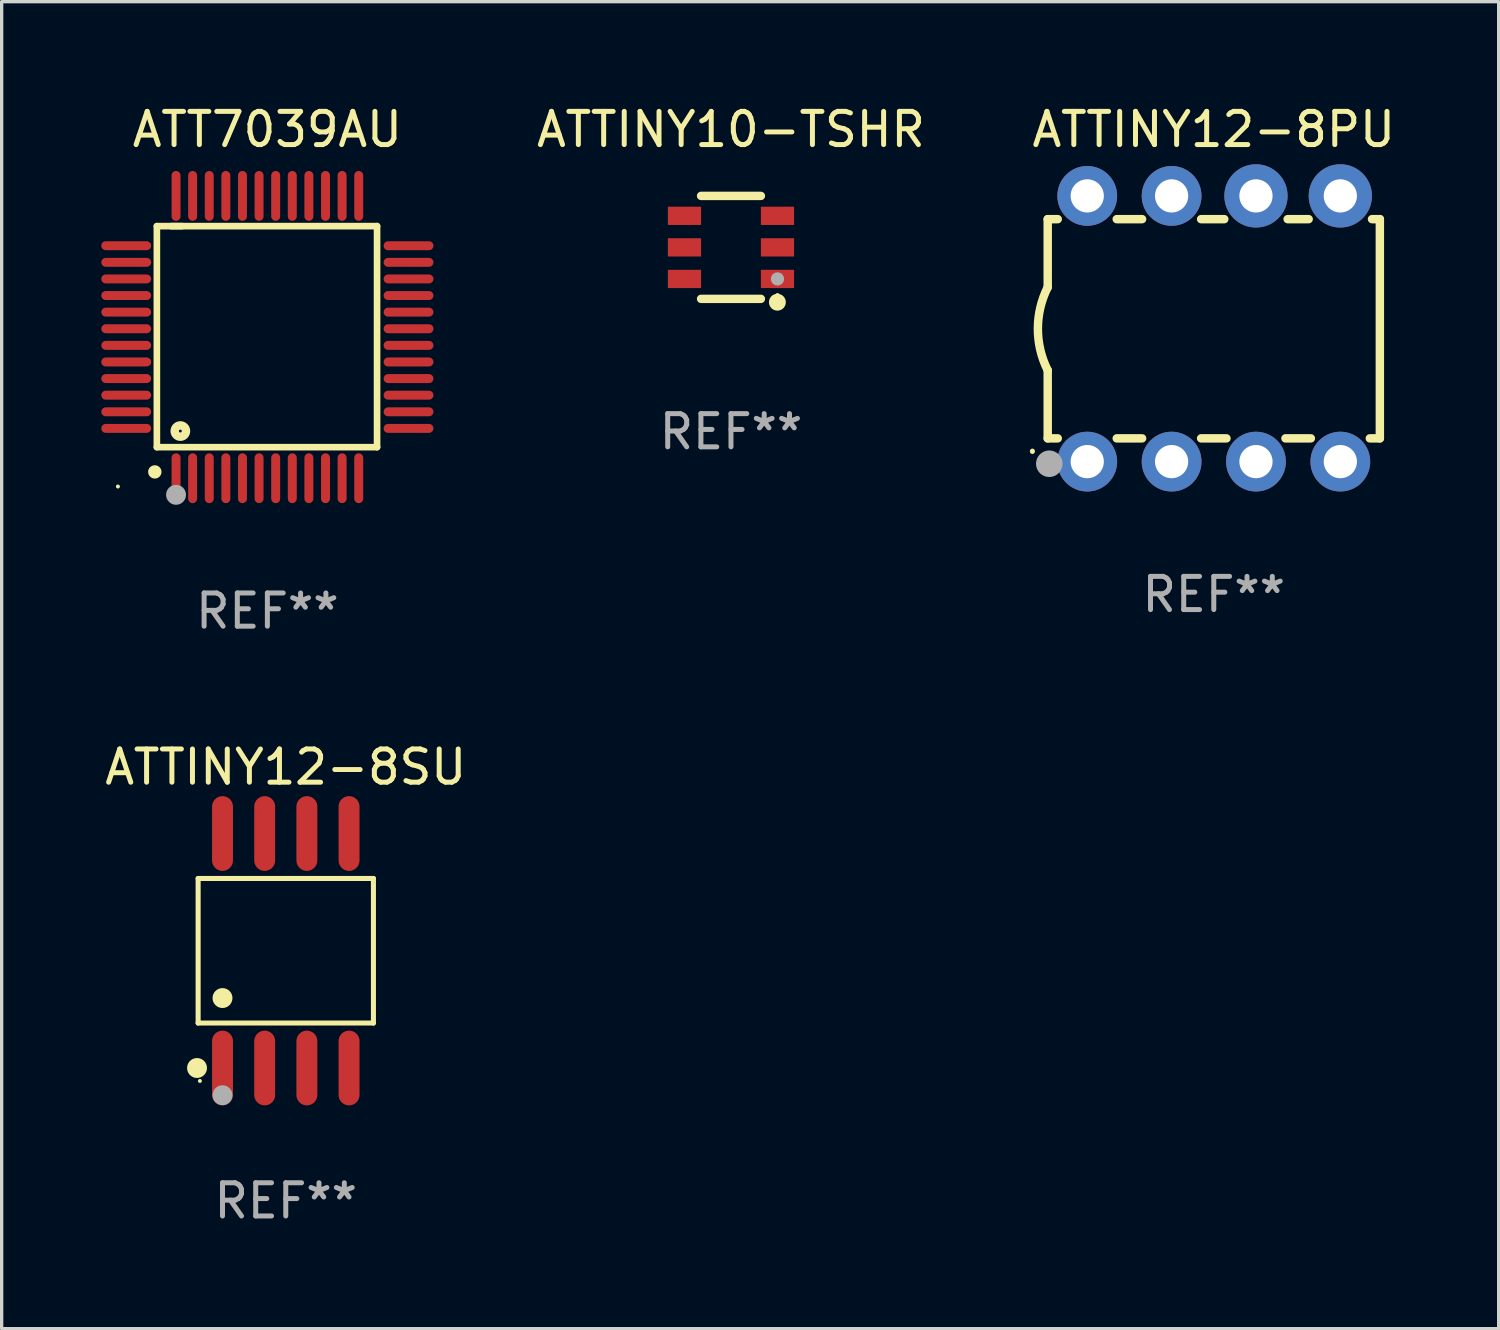
<source format=kicad_pcb>
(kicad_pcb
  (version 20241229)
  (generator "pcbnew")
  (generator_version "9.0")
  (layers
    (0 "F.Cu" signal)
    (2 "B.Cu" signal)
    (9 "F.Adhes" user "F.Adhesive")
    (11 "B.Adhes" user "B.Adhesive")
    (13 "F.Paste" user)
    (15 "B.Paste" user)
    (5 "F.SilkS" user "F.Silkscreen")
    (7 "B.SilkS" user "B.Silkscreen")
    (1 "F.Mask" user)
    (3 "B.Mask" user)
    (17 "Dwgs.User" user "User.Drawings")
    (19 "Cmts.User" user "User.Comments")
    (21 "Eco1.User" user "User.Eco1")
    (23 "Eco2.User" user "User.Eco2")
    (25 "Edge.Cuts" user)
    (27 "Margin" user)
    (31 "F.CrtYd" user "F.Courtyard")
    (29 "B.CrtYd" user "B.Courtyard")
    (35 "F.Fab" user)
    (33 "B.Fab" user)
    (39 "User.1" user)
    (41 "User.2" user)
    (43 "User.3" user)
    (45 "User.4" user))
  (footprint "ATTINY12-8PU"
    (layer "F.Cu")
    (at 33.494 6.848)
    (property "Reference" "ATTINY12-8PU" (at 0 -6 0) (layer "F.SilkS") (effects (font (size 1 1) (thickness 0.15))))
    (attr through_hole)
    (fp_line (start -5 -3.3) (end -5 -1.25) (stroke (width 0.254) (type solid)) (layer "F.SilkS"))
    (fp_line (start -5 -3.3) (end -4.698 -3.3) (stroke (width 0.254) (type solid)) (layer "F.SilkS"))
    (fp_line (start -5 3.3) (end -5 1.25) (stroke (width 0.254) (type solid)) (layer "F.SilkS"))
    (fp_line (start -5 3.3) (end -4.698 3.3) (stroke (width 0.254) (type solid)) (layer "F.SilkS"))
    (fp_line (start -2.922 -3.3) (end -2.158 -3.3) (stroke (width 0.254) (type solid)) (layer "F.SilkS"))
    (fp_line (start -2.922 3.3) (end -2.158 3.3) (stroke (width 0.254) (type solid)) (layer "F.SilkS"))
    (fp_line (start -0.382 -3.3) (end 0.316 -3.3) (stroke (width 0.254) (type solid)) (layer "F.SilkS"))
    (fp_line (start -0.382 3.3) (end 0.382 3.3) (stroke (width 0.254) (type solid)) (layer "F.SilkS"))
    (fp_line (start 2.158 3.3) (end 2.922 3.3) (stroke (width 0.254) (type solid)) (layer "F.SilkS"))
    (fp_line (start 2.224 -3.3) (end 2.856 -3.3) (stroke (width 0.254) (type solid)) (layer "F.SilkS"))
    (fp_line (start 4.698 3.3) (end 5 3.3) (stroke (width 0.254) (type solid)) (layer "F.SilkS"))
    (fp_line (start 4.764 -3.3) (end 5 -3.3) (stroke (width 0.254) (type solid)) (layer "F.SilkS"))
    (fp_line (start 5 -3.3) (end 5 3.3) (stroke (width 0.254) (type solid)) (layer "F.SilkS"))
    (fp_arc (start -5.46124 3.694259) (mid -5.461175 3.688632) (end -5.460986 3.683007) (stroke (width 0.149987) (type solid)) (layer "F.SilkS"))
    (fp_arc (start -5.00127 1.249682) (mid -5.295892 -0.000313) (end -5.000025 -1.250013) (stroke (width 0.254001) (type solid)) (layer "F.SilkS"))
    (fp_circle (center -4.795 4.237) (end -4.765 4.237) (stroke (width 0.06) (type solid)) (fill no) (layer "F.SilkS"))
    (fp_circle (center -4.953 4.064) (end -4.753 4.064) (stroke (width 0.4) (type solid)) (fill no) (layer "F.Fab"))
    (fp_text user "REF**" (at 0 8 0) (layer "F.Fab") (effects (font (size 1 1) (thickness 0.15))))
    (pad "1" thru_hole circle (at -3.81 4) (size 1.8 1.8) (drill 1) (layers "*.Cu" "*.Mask"))
    (pad "2" thru_hole circle (at -1.27 4) (size 1.8 1.8) (drill 1) (layers "*.Cu" "*.Mask"))
    (pad "3" thru_hole circle (at 1.27 4) (size 1.8 1.8) (drill 1) (layers "*.Cu" "*.Mask"))
    (pad "4" thru_hole circle (at 3.81 4) (size 1.8 1.8) (drill 1) (layers "*.Cu" "*.Mask"))
    (pad "5" thru_hole circle (at 3.81 -4) (size 1.905 1.905) (drill 1) (layers "*.Cu" "*.Mask"))
    (pad "6" thru_hole circle (at 1.27 -4) (size 1.905 1.905) (drill 1) (layers "*.Cu" "*.Mask"))
    (pad "7" thru_hole circle (at -1.27 -4) (size 1.8 1.8) (drill 1) (layers "*.Cu" "*.Mask"))
    (pad "8" thru_hole circle (at -3.81 -4) (size 1.8 1.8) (drill 1) (layers "*.Cu" "*.Mask")))
  (footprint "ATT7039AU"
    (layer "F.Cu")
    (at 5 7.098)
    (property "Reference" "ATT7039AU" (at 0 -6.25 0) (layer "F.SilkS") (effects (font (size 1 1) (thickness 0.15))))
    (attr through_hole)
    (fp_line (start -3.327 -3.34) (end -2.565 -3.34) (stroke (width 0.2) (type solid)) (layer "F.SilkS"))
    (fp_line (start -3.327 3.315) (end -3.327 -3.34) (stroke (width 0.2) (type solid)) (layer "F.SilkS"))
    (fp_line (start -2.896 -3.34) (end 3.302 -3.34) (stroke (width 0.2) (type solid)) (layer "F.SilkS"))
    (fp_line (start 3.302 -3.34) (end 3.302 3.315) (stroke (width 0.2) (type solid)) (layer "F.SilkS"))
    (fp_line (start 3.302 3.315) (end -3.327 3.315) (stroke (width 0.2) (type solid)) (layer "F.SilkS"))
    (fp_arc (start -3.389992 4.059995) (mid -3.388722 4.059991) (end -3.387452 4.059995) (stroke (width 0.4) (type solid)) (layer "F.SilkS"))
    (fp_circle (center -4.5 4.5) (end -4.47 4.5) (stroke (width 0.06) (type solid)) (fill no) (layer "F.SilkS"))
    (fp_circle (center -2.62 2.83) (end -2.45 2.83) (stroke (width 0.254) (type solid)) (fill no) (layer "F.SilkS"))
    (fp_circle (center -2.75 4.75) (end -2.6 4.75) (stroke (width 0.3) (type solid)) (fill no) (layer "F.Fab"))
    (fp_text user "REF**" (at 0 8.25 0) (layer "F.Fab") (effects (font (size 1 1) (thickness 0.15))))
    (pad "1" smd oval (at -2.75 4.25) (size 0.27 1.5) (layers "F.Cu" "F.Mask" "F.Paste"))
    (pad "2" smd oval (at -2.25 4.25) (size 0.27 1.5) (layers "F.Cu" "F.Mask" "F.Paste"))
    (pad "3" smd oval (at -1.75 4.25) (size 0.27 1.5) (layers "F.Cu" "F.Mask" "F.Paste"))
    (pad "4" smd oval (at -1.25 4.25) (size 0.27 1.5) (layers "F.Cu" "F.Mask" "F.Paste"))
    (pad "5" smd oval (at -0.75 4.25) (size 0.27 1.5) (layers "F.Cu" "F.Mask" "F.Paste"))
    (pad "6" smd oval (at -0.25 4.25) (size 0.27 1.5) (layers "F.Cu" "F.Mask" "F.Paste"))
    (pad "7" smd oval (at 0.25 4.25) (size 0.27 1.5) (layers "F.Cu" "F.Mask" "F.Paste"))
    (pad "8" smd oval (at 0.75 4.25) (size 0.27 1.5) (layers "F.Cu" "F.Mask" "F.Paste"))
    (pad "9" smd oval (at 1.25 4.25) (size 0.27 1.5) (layers "F.Cu" "F.Mask" "F.Paste"))
    (pad "10" smd oval (at 1.75 4.25) (size 0.27 1.5) (layers "F.Cu" "F.Mask" "F.Paste"))
    (pad "11" smd oval (at 2.25 4.25) (size 0.27 1.5) (layers "F.Cu" "F.Mask" "F.Paste"))
    (pad "12" smd oval (at 2.75 4.25) (size 0.27 1.5) (layers "F.Cu" "F.Mask" "F.Paste"))
    (pad "13" smd oval (at 4.25 2.75) (size 1.5 0.27) (layers "F.Cu" "F.Mask" "F.Paste"))
    (pad "14" smd oval (at 4.25 2.25) (size 1.5 0.27) (layers "F.Cu" "F.Mask" "F.Paste"))
    (pad "15" smd oval (at 4.25 1.75) (size 1.5 0.27) (layers "F.Cu" "F.Mask" "F.Paste"))
    (pad "16" smd oval (at 4.25 1.25) (size 1.5 0.27) (layers "F.Cu" "F.Mask" "F.Paste"))
    (pad "17" smd oval (at 4.25 0.75) (size 1.5 0.27) (layers "F.Cu" "F.Mask" "F.Paste"))
    (pad "18" smd oval (at 4.25 0.25) (size 1.5 0.27) (layers "F.Cu" "F.Mask" "F.Paste"))
    (pad "19" smd oval (at 4.25 -0.25) (size 1.5 0.27) (layers "F.Cu" "F.Mask" "F.Paste"))
    (pad "20" smd oval (at 4.25 -0.75) (size 1.5 0.27) (layers "F.Cu" "F.Mask" "F.Paste"))
    (pad "21" smd oval (at 4.25 -1.25) (size 1.5 0.27) (layers "F.Cu" "F.Mask" "F.Paste"))
    (pad "22" smd oval (at 4.25 -1.75) (size 1.5 0.27) (layers "F.Cu" "F.Mask" "F.Paste"))
    (pad "23" smd oval (at 4.25 -2.25) (size 1.5 0.27) (layers "F.Cu" "F.Mask" "F.Paste"))
    (pad "24" smd oval (at 4.25 -2.75) (size 1.5 0.27) (layers "F.Cu" "F.Mask" "F.Paste"))
    (pad "25" smd oval (at 2.75 -4.25) (size 0.27 1.5) (layers "F.Cu" "F.Mask" "F.Paste"))
    (pad "26" smd oval (at 2.25 -4.25) (size 0.27 1.5) (layers "F.Cu" "F.Mask" "F.Paste"))
    (pad "27" smd oval (at 1.75 -4.25) (size 0.27 1.5) (layers "F.Cu" "F.Mask" "F.Paste"))
    (pad "28" smd oval (at 1.25 -4.25) (size 0.27 1.5) (layers "F.Cu" "F.Mask" "F.Paste"))
    (pad "29" smd oval (at 0.75 -4.25) (size 0.27 1.5) (layers "F.Cu" "F.Mask" "F.Paste"))
    (pad "30" smd oval (at 0.25 -4.25) (size 0.27 1.5) (layers "F.Cu" "F.Mask" "F.Paste"))
    (pad "31" smd oval (at -0.25 -4.25) (size 0.27 1.5) (layers "F.Cu" "F.Mask" "F.Paste"))
    (pad "32" smd oval (at -0.75 -4.25) (size 0.27 1.5) (layers "F.Cu" "F.Mask" "F.Paste"))
    (pad "33" smd oval (at -1.25 -4.25) (size 0.27 1.5) (layers "F.Cu" "F.Mask" "F.Paste"))
    (pad "34" smd oval (at -1.75 -4.25) (size 0.27 1.5) (layers "F.Cu" "F.Mask" "F.Paste"))
    (pad "35" smd oval (at -2.25 -4.25) (size 0.27 1.5) (layers "F.Cu" "F.Mask" "F.Paste"))
    (pad "36" smd oval (at -2.75 -4.25) (size 0.27 1.5) (layers "F.Cu" "F.Mask" "F.Paste"))
    (pad "37" smd oval (at -4.25 -2.75) (size 1.5 0.27) (layers "F.Cu" "F.Mask" "F.Paste"))
    (pad "38" smd oval (at -4.25 -2.25) (size 1.5 0.27) (layers "F.Cu" "F.Mask" "F.Paste"))
    (pad "39" smd oval (at -4.25 -1.75) (size 1.5 0.27) (layers "F.Cu" "F.Mask" "F.Paste"))
    (pad "40" smd oval (at -4.25 -1.25) (size 1.5 0.27) (layers "F.Cu" "F.Mask" "F.Paste"))
    (pad "41" smd oval (at -4.25 -0.75) (size 1.5 0.27) (layers "F.Cu" "F.Mask" "F.Paste"))
    (pad "42" smd oval (at -4.25 -0.25) (size 1.5 0.27) (layers "F.Cu" "F.Mask" "F.Paste"))
    (pad "43" smd oval (at -4.25 0.25) (size 1.5 0.27) (layers "F.Cu" "F.Mask" "F.Paste"))
    (pad "44" smd oval (at -4.25 0.75) (size 1.5 0.27) (layers "F.Cu" "F.Mask" "F.Paste"))
    (pad "45" smd oval (at -4.25 1.25) (size 1.5 0.27) (layers "F.Cu" "F.Mask" "F.Paste"))
    (pad "46" smd oval (at -4.25 1.75) (size 1.5 0.27) (layers "F.Cu" "F.Mask" "F.Paste"))
    (pad "47" smd oval (at -4.25 2.25) (size 1.5 0.27) (layers "F.Cu" "F.Mask" "F.Paste"))
    (pad "48" smd oval (at -4.25 2.75) (size 1.5 0.27) (layers "F.Cu" "F.Mask" "F.Paste")))
  (footprint "ATTINY12-8SU"
    (layer "F.Cu")
    (at 5.554 25.575)
    (property "Reference" "ATTINY12-8SU" (at 0 -5.53 0) (layer "F.SilkS") (effects (font (size 1 1) (thickness 0.15))))
    (attr through_hole)
    (fp_line (start -2.639 -2.176) (end 2.639 -2.176) (stroke (width 0.152) (type solid)) (layer "F.SilkS"))
    (fp_line (start -2.639 2.176) (end -2.639 -2.176) (stroke (width 0.152) (type solid)) (layer "F.SilkS"))
    (fp_line (start 2.639 -2.176) (end 2.639 2.176) (stroke (width 0.152) (type solid)) (layer "F.SilkS"))
    (fp_line (start 2.639 2.176) (end -2.639 2.176) (stroke (width 0.152) (type solid)) (layer "F.SilkS"))
    (fp_circle (center -2.672 3.53) (end -2.522 3.53) (stroke (width 0.3) (type solid)) (fill no) (layer "F.SilkS"))
    (fp_circle (center -2.585 3.92) (end -2.555 3.92) (stroke (width 0.06) (type solid)) (fill no) (layer "F.SilkS"))
    (fp_circle (center -1.905 1.424) (end -1.755 1.424) (stroke (width 0.3) (type solid)) (fill no) (layer "F.SilkS"))
    (fp_circle (center -1.905 4.35) (end -1.755 4.35) (stroke (width 0.3) (type solid)) (fill no) (layer "F.Fab"))
    (fp_text user "REF**" (at 0 7.53 0) (layer "F.Fab") (effects (font (size 1 1) (thickness 0.15))))
    (pad "1" smd oval (at -1.905 3.53) (size 0.63 2.25) (layers "F.Cu" "F.Mask" "F.Paste"))
    (pad "2" smd oval (at -0.635 3.53) (size 0.63 2.25) (layers "F.Cu" "F.Mask" "F.Paste"))
    (pad "3" smd oval (at 0.635 3.53) (size 0.63 2.25) (layers "F.Cu" "F.Mask" "F.Paste"))
    (pad "4" smd oval (at 1.905 3.53) (size 0.63 2.25) (layers "F.Cu" "F.Mask" "F.Paste"))
    (pad "5" smd oval (at 1.905 -3.53) (size 0.63 2.25) (layers "F.Cu" "F.Mask" "F.Paste"))
    (pad "6" smd oval (at 0.635 -3.53) (size 0.63 2.25) (layers "F.Cu" "F.Mask" "F.Paste"))
    (pad "7" smd oval (at -0.635 -3.53) (size 0.63 2.25) (layers "F.Cu" "F.Mask" "F.Paste"))
    (pad "8" smd oval (at -1.905 -3.53) (size 0.63 2.25) (layers "F.Cu" "F.Mask" "F.Paste")))
  (footprint "ATTINY10-TSHR"
    (layer "F.Cu")
    (at 18.958 4.398)
    (property "Reference" "ATTINY10-TSHR" (at 0 -3.55 0) (layer "F.SilkS") (effects (font (size 1 1) (thickness 0.15))))
    (attr through_hole)
    (fp_line (start -0.9 -1.55) (end 0.9 -1.55) (stroke (width 0.254) (type solid)) (layer "F.SilkS"))
    (fp_line (start -0.9 1.55) (end 0.9 1.55) (stroke (width 0.254) (type solid)) (layer "F.SilkS"))
    (fp_circle (center 1.397 1.651) (end 1.524 1.651) (stroke (width 0.254) (type solid)) (fill no) (layer "F.SilkS"))
    (fp_circle (center 1.4 1.435) (end 1.43 1.435) (stroke (width 0.06) (type solid)) (fill no) (layer "F.SilkS"))
    (fp_circle (center 1.4 0.95) (end 1.5 0.95) (stroke (width 0.2) (type solid)) (fill no) (layer "F.Fab"))
    (fp_text user "REF**" (at 0 5.55 0) (layer "F.Fab") (effects (font (size 1 1) (thickness 0.15))))
    (pad "1" smd rect (at 1.4 0.95) (size 1 0.55) (layers "F.Cu" "F.Mask" "F.Paste"))
    (pad "2" smd rect (at 1.4 -0.000102) (size 1 0.55) (layers "F.Cu" "F.Mask" "F.Paste"))
    (pad "3" smd rect (at 1.4 -0.95) (size 1 0.55) (layers "F.Cu" "F.Mask" "F.Paste"))
    (pad "4" smd rect (at -1.4 -0.95) (size 1 0.55) (layers "F.Cu" "F.Mask" "F.Paste"))
    (pad "5" smd rect (at -1.4 -0.000102) (size 1 0.55) (layers "F.Cu" "F.Mask" "F.Paste"))
    (pad "6" smd rect (at -1.4 0.95) (size 1 0.55) (layers "F.Cu" "F.Mask" "F.Paste")))
  (gr_rect
    (start -3 -3)
    (end 42.071 36.953)
    (stroke (width 0.1) (type default))
    (fill no)
    (layer "Edge.Cuts")))
</source>
